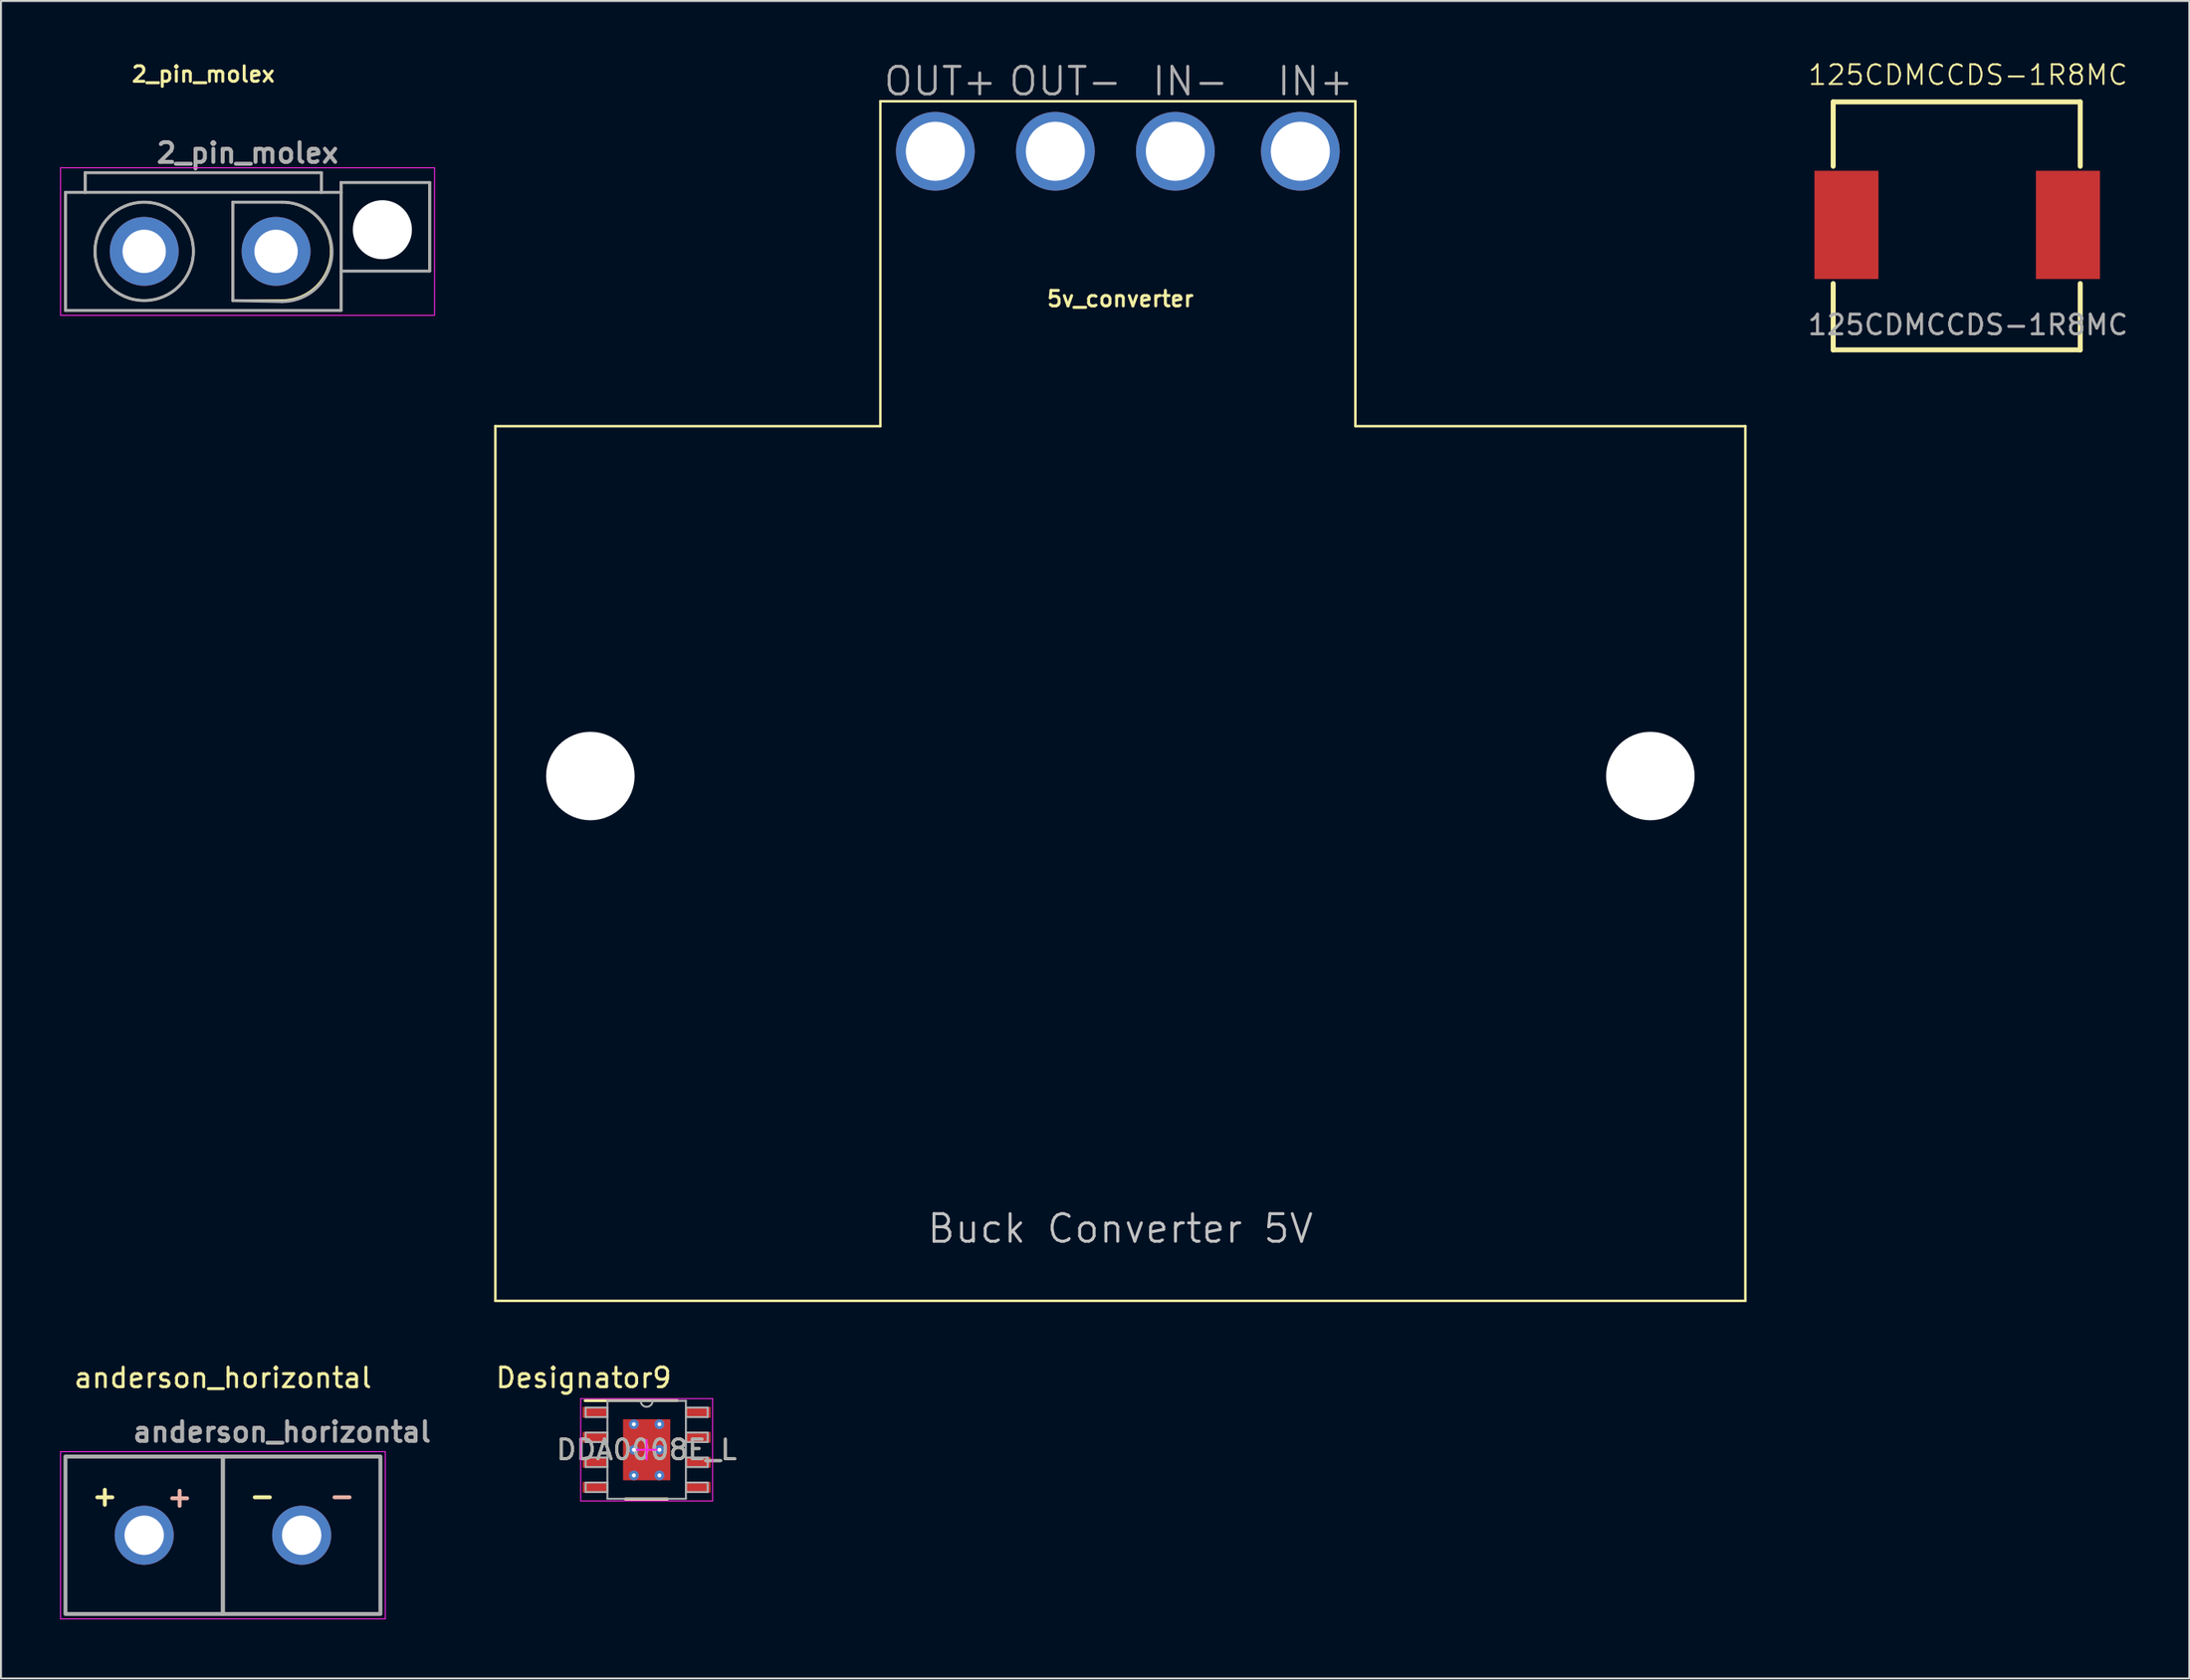
<source format=kicad_pcb>
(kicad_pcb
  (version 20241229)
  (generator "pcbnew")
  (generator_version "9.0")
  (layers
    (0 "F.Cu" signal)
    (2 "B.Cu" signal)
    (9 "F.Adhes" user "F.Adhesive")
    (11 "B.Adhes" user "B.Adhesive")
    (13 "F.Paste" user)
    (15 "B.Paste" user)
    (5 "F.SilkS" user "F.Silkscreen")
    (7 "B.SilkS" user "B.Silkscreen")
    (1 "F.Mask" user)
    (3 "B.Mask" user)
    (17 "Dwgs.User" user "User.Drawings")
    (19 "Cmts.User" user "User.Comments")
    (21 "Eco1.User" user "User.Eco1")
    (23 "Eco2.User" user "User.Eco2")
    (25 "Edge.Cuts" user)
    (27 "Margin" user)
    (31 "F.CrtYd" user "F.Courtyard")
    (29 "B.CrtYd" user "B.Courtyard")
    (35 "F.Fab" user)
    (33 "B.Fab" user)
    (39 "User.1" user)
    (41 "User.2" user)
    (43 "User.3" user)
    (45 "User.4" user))
  (footprint "DDA0008E_L"
    (layer "F.Cu")
    (at 29.8 70.628)
    (property "Reference" "DDA0008E_L" (at 0 0 0) (unlocked yes) (layer "F.SilkS") (effects (font (size 1 1) (thickness 0.15))))
    (attr smd)
    (fp_line (start -3.125 -2.5) (end 1.55 -2.5) (stroke (width 0.152) (type solid)) (layer "F.SilkS"))
    (fp_line (start -1.075 2.5) (end 1.05 2.5) (stroke (width 0.152) (type solid)) (layer "F.SilkS"))
    (fp_line (start -3.35 -2.6) (end 3.35 -2.6) (stroke (width 0.05) (type solid)) (layer "F.CrtYd"))
    (fp_line (start -3.35 2.6) (end -3.35 -2.6) (stroke (width 0.05) (type solid)) (layer "F.CrtYd"))
    (fp_line (start -3.35 2.6) (end 3.35 2.6) (stroke (width 0.05) (type solid)) (layer "F.CrtYd"))
    (fp_line (start -0.5 0) (end 0.5 0) (stroke (width 0.1) (type solid)) (layer "F.CrtYd"))
    (fp_line (start 0 0.5) (end 0 -0.5) (stroke (width 0.1) (type solid)) (layer "F.CrtYd"))
    (fp_line (start 3.35 2.6) (end 3.35 -2.6) (stroke (width 0.05) (type solid)) (layer "F.CrtYd"))
    (fp_line (start -3.099 -2.146) (end -1.994 -2.146) (stroke (width 0.1) (type solid)) (layer "F.Fab"))
    (fp_line (start -3.099 -1.664) (end -3.099 -2.146) (stroke (width 0.1) (type solid)) (layer "F.Fab"))
    (fp_line (start -3.099 -1.664) (end -1.994 -1.664) (stroke (width 0.1) (type solid)) (layer "F.Fab"))
    (fp_line (start -3.099 -0.876) (end -1.994 -0.876) (stroke (width 0.1) (type solid)) (layer "F.Fab"))
    (fp_line (start -3.099 -0.394) (end -3.099 -0.876) (stroke (width 0.1) (type solid)) (layer "F.Fab"))
    (fp_line (start -3.099 -0.394) (end -1.994 -0.394) (stroke (width 0.1) (type solid)) (layer "F.Fab"))
    (fp_line (start -3.099 0.394) (end -1.994 0.394) (stroke (width 0.1) (type solid)) (layer "F.Fab"))
    (fp_line (start -3.099 0.876) (end -3.099 0.394) (stroke (width 0.1) (type solid)) (layer "F.Fab"))
    (fp_line (start -3.099 0.876) (end -1.994 0.876) (stroke (width 0.1) (type solid)) (layer "F.Fab"))
    (fp_line (start -3.099 1.664) (end -1.994 1.664) (stroke (width 0.1) (type solid)) (layer "F.Fab"))
    (fp_line (start -3.099 2.146) (end -3.099 1.664) (stroke (width 0.1) (type solid)) (layer "F.Fab"))
    (fp_line (start -3.099 2.146) (end -1.994 2.146) (stroke (width 0.1) (type solid)) (layer "F.Fab"))
    (fp_line (start -1.994 -2.489) (end 1.994 -2.489) (stroke (width 0.1) (type solid)) (layer "F.Fab"))
    (fp_line (start -1.994 -1.664) (end -1.994 -2.146) (stroke (width 0.1) (type solid)) (layer "F.Fab"))
    (fp_line (start -1.994 -0.394) (end -1.994 -0.876) (stroke (width 0.1) (type solid)) (layer "F.Fab"))
    (fp_line (start -1.994 0.876) (end -1.994 0.394) (stroke (width 0.1) (type solid)) (layer "F.Fab"))
    (fp_line (start -1.994 2.146) (end -1.994 1.664) (stroke (width 0.1) (type solid)) (layer "F.Fab"))
    (fp_line (start -1.994 2.489) (end -1.994 -2.489) (stroke (width 0.1) (type solid)) (layer "F.Fab"))
    (fp_line (start -1.994 2.489) (end 1.994 2.489) (stroke (width 0.1) (type solid)) (layer "F.Fab"))
    (fp_line (start 1.994 -2.146) (end 3.099 -2.146) (stroke (width 0.1) (type solid)) (layer "F.Fab"))
    (fp_line (start 1.994 -1.664) (end 1.994 -2.146) (stroke (width 0.1) (type solid)) (layer "F.Fab"))
    (fp_line (start 1.994 -1.664) (end 3.099 -1.664) (stroke (width 0.1) (type solid)) (layer "F.Fab"))
    (fp_line (start 1.994 -0.876) (end 3.099 -0.876) (stroke (width 0.1) (type solid)) (layer "F.Fab"))
    (fp_line (start 1.994 -0.394) (end 1.994 -0.876) (stroke (width 0.1) (type solid)) (layer "F.Fab"))
    (fp_line (start 1.994 -0.394) (end 3.099 -0.394) (stroke (width 0.1) (type solid)) (layer "F.Fab"))
    (fp_line (start 1.994 0.394) (end 3.099 0.394) (stroke (width 0.1) (type solid)) (layer "F.Fab"))
    (fp_line (start 1.994 0.876) (end 1.994 0.394) (stroke (width 0.1) (type solid)) (layer "F.Fab"))
    (fp_line (start 1.994 0.876) (end 3.099 0.876) (stroke (width 0.1) (type solid)) (layer "F.Fab"))
    (fp_line (start 1.994 1.664) (end 3.099 1.664) (stroke (width 0.1) (type solid)) (layer "F.Fab"))
    (fp_line (start 1.994 2.146) (end 1.994 1.664) (stroke (width 0.1) (type solid)) (layer "F.Fab"))
    (fp_line (start 1.994 2.146) (end 3.099 2.146) (stroke (width 0.1) (type solid)) (layer "F.Fab"))
    (fp_line (start 1.994 2.489) (end 1.994 -2.489) (stroke (width 0.1) (type solid)) (layer "F.Fab"))
    (fp_line (start 3.099 -1.664) (end 3.099 -2.146) (stroke (width 0.1) (type solid)) (layer "F.Fab"))
    (fp_line (start 3.099 -0.394) (end 3.099 -0.876) (stroke (width 0.1) (type solid)) (layer "F.Fab"))
    (fp_line (start 3.099 0.876) (end 3.099 0.394) (stroke (width 0.1) (type solid)) (layer "F.Fab"))
    (fp_line (start 3.099 2.146) (end 3.099 1.664) (stroke (width 0.1) (type solid)) (layer "F.Fab"))
    (fp_arc (start 0.3048 -2.4892) (mid 0 -2.1844) (end -0.3048 -2.4892) (stroke (width 0.1) (type solid)) (layer "F.Fab"))
    (fp_text user "Designator9" (at -3.2 -3.658 0) (unlocked yes) (layer "F.SilkS") (effects (font (size 1 1) (thickness 0.15))))
    (fp_text user "${REFERENCE}" (at 0 0 0) (unlocked yes) (layer "F.Fab") (effects (font (size 1 1) (thickness 0.15))))
    (pad "1" smd rect (at -2.625 -1.905 90) (size 0.55 1.25) (layers "F.Cu" "F.Mask" "F.Paste"))
    (pad "2" smd rect (at -2.625 -0.635 90) (size 0.55 1.25) (layers "F.Cu" "F.Mask" "F.Paste"))
    (pad "3" smd rect (at -2.625 0.635 90) (size 0.55 1.25) (layers "F.Cu" "F.Mask" "F.Paste"))
    (pad "4" smd rect (at -2.625 1.905 90) (size 0.55 1.25) (layers "F.Cu" "F.Mask" "F.Paste"))
    (pad "5" smd rect (at 2.625 1.905 90) (size 0.55 1.25) (layers "F.Cu" "F.Mask" "F.Paste"))
    (pad "6" smd rect (at 2.625 0.635 90) (size 0.55 1.25) (layers "F.Cu" "F.Mask" "F.Paste"))
    (pad "7" smd rect (at 2.625 -0.635 90) (size 0.55 1.25) (layers "F.Cu" "F.Mask" "F.Paste"))
    (pad "8" smd rect (at 2.625 -1.905 90) (size 0.55 1.25) (layers "F.Cu" "F.Mask" "F.Paste"))
    (pad "9" smd rect (at 0 0) (size 2.4 3.1) (layers "F.Cu" "F.Mask" "F.Paste"))
    (pad "V" thru_hole circle (at -0.65 -1.3) (size 0.5 0.5) (drill 0.203) (layers "*.Cu" "*.Mask"))
    (pad "V" thru_hole circle (at -0.65 0) (size 0.5 0.5) (drill 0.203) (layers "*.Cu" "*.Mask"))
    (pad "V" thru_hole circle (at -0.65 1.3) (size 0.5 0.5) (drill 0.203) (layers "*.Cu" "*.Mask"))
    (pad "V" thru_hole circle (at 0.65 -1.3) (size 0.5 0.5) (drill 0.203) (layers "*.Cu" "*.Mask"))
    (pad "V" thru_hole circle (at 0.65 0) (size 0.5 0.5) (drill 0.203) (layers "*.Cu" "*.Mask"))
    (pad "V" thru_hole circle (at 0.65 1.3) (size 0.5 0.5) (drill 0.203) (layers "*.Cu" "*.Mask")))
  (footprint "125CDMCCDS-1R8MC"
    (layer "F.Cu")
    (at 96.921 8.38)
    (property "Reference" "125CDMCCDS-1R8MC" (at 0 -7.62 0) (unlocked yes) (layer "F.SilkS") (effects (font (size 1 1) (thickness 0.1))))
    (attr smd)
    (fp_line (start -6.845 -6.25) (end 5.705 -6.25) (stroke (width 0.254) (type solid)) (layer "F.SilkS"))
    (fp_line (start -6.845 -2.981) (end -6.845 -6.25) (stroke (width 0.254) (type solid)) (layer "F.SilkS"))
    (fp_line (start -6.845 6.35) (end -6.845 2.981) (stroke (width 0.254) (type solid)) (layer "F.SilkS"))
    (fp_line (start 5.705 -6.25) (end 5.705 -2.981) (stroke (width 0.254) (type solid)) (layer "F.SilkS"))
    (fp_line (start 5.705 2.981) (end 5.705 6.35) (stroke (width 0.254) (type solid)) (layer "F.SilkS"))
    (fp_line (start 5.705 6.35) (end -6.845 6.35) (stroke (width 0.254) (type solid)) (layer "F.SilkS"))
    (fp_text user "${REFERENCE}" (at 0 5.08 0) (unlocked yes) (layer "F.Fab") (effects (font (size 1 1) (thickness 0.15))))
    (pad "1" smd rect (at -6.17 0) (size 3.25 5.5) (layers "F.Cu" "F.Mask" "F.Paste"))
    (pad "2" smd rect (at 5.08 0) (size 3.25 5.5) (layers "F.Cu" "F.Mask" "F.Paste")))
  (footprint "2_pin_molex"
    (layer "F.Cu")
    (at 7.275 9.724)
    (property "Reference" "2_pin_molex" (at 0 -9 0) (layer "F.SilkS") (effects (font (size 0.787 0.787) (thickness 0.15))))
    (attr through_hole)
    (fp_line (start -7 -3) (end -7 3) (stroke (width 0.127) (type solid)) (layer "F.SilkS"))
    (fp_line (start -7 -3) (end -6 -3) (stroke (width 0.127) (type solid)) (layer "F.SilkS"))
    (fp_line (start -7 3) (end 7 3) (stroke (width 0.127) (type solid)) (layer "F.SilkS"))
    (fp_line (start -6 -4) (end -6 -3) (stroke (width 0.127) (type solid)) (layer "F.SilkS"))
    (fp_line (start -6 -3) (end 6 -3) (stroke (width 0.127) (type solid)) (layer "F.SilkS"))
    (fp_line (start 1.5 -2.5) (end 1.5 2.5) (stroke (width 0.127) (type solid)) (layer "F.SilkS"))
    (fp_line (start 1.5 -2.5) (end 4 -2.5) (stroke (width 0.127) (type solid)) (layer "F.SilkS"))
    (fp_line (start 1.5 2.5) (end 4 2.5) (stroke (width 0.127) (type solid)) (layer "F.SilkS"))
    (fp_line (start 6 -4) (end -6 -4) (stroke (width 0.127) (type solid)) (layer "F.SilkS"))
    (fp_line (start 6 -3) (end 6 -4) (stroke (width 0.127) (type solid)) (layer "F.SilkS"))
    (fp_line (start 6 -3) (end 7 -3) (stroke (width 0.127) (type solid)) (layer "F.SilkS"))
    (fp_line (start 7 -3.5) (end 11.5 -3.5) (stroke (width 0.127) (type solid)) (layer "F.SilkS"))
    (fp_line (start 7 -3) (end 7 -3.5) (stroke (width 0.127) (type solid)) (layer "F.SilkS"))
    (fp_line (start 7 -3) (end 7 1) (stroke (width 0.127) (type solid)) (layer "F.SilkS"))
    (fp_line (start 7 1) (end 7 3) (stroke (width 0.127) (type solid)) (layer "F.SilkS"))
    (fp_line (start 11.5 -3.5) (end 11.5 1) (stroke (width 0.127) (type solid)) (layer "F.SilkS"))
    (fp_line (start 11.5 1) (end 7 1) (stroke (width 0.127) (type solid)) (layer "F.SilkS"))
    (fp_arc (start 4 -2.5) (mid 5.767767 -1.767767) (end 6.5 0) (stroke (width 0.127) (type solid)) (layer "F.SilkS"))
    (fp_arc (start 6.5 0) (mid 5.767767 1.767767) (end 4 2.5) (stroke (width 0.127) (type solid)) (layer "F.SilkS"))
    (fp_circle (center -3 0) (end -0.5 0) (stroke (width 0.127) (type solid)) (fill no) (layer "F.SilkS"))
    (fp_rect (start -7.25 -4.25) (end 11.75 3.25) (stroke (width 0.05) (type solid)) (fill no) (layer "F.CrtYd"))
    (fp_line (start -7 -3) (end -7 3) (stroke (width 0.15) (type solid)) (layer "F.Fab"))
    (fp_line (start -7 3) (end 7 3) (stroke (width 0.15) (type solid)) (layer "F.Fab"))
    (fp_line (start -6 -4) (end -6 -3) (stroke (width 0.15) (type solid)) (layer "F.Fab"))
    (fp_line (start -6 -4) (end 6 -4) (stroke (width 0.15) (type solid)) (layer "F.Fab"))
    (fp_line (start -6 -3) (end -7 -3) (stroke (width 0.15) (type solid)) (layer "F.Fab"))
    (fp_line (start 1.5 -2.5) (end 1.5 2.5) (stroke (width 0.15) (type solid)) (layer "F.Fab"))
    (fp_line (start 1.5 -2.5) (end 4 -2.5) (stroke (width 0.15) (type solid)) (layer "F.Fab"))
    (fp_line (start 1.5 2.5) (end 4 2.55) (stroke (width 0.15) (type solid)) (layer "F.Fab"))
    (fp_line (start 6 -4) (end 6 -3) (stroke (width 0.15) (type solid)) (layer "F.Fab"))
    (fp_line (start 6 -3) (end -6 -3) (stroke (width 0.15) (type solid)) (layer "F.Fab"))
    (fp_line (start 7 -3.5) (end 11.5 -3.5) (stroke (width 0.15) (type solid)) (layer "F.Fab"))
    (fp_line (start 7 -3) (end 6 -3) (stroke (width 0.15) (type solid)) (layer "F.Fab"))
    (fp_line (start 7 -3) (end 7 -3.5) (stroke (width 0.15) (type solid)) (layer "F.Fab"))
    (fp_line (start 7 3) (end 7 -3) (stroke (width 0.15) (type solid)) (layer "F.Fab"))
    (fp_line (start 11.5 -3.5) (end 11.5 1) (stroke (width 0.15) (type solid)) (layer "F.Fab"))
    (fp_line (start 11.5 1) (end 7 1) (stroke (width 0.15) (type solid)) (layer "F.Fab"))
    (fp_arc (start 4 -2.5) (mid 6.524755 0.024755) (end 4 2.549509) (stroke (width 0.15) (type solid)) (layer "F.Fab"))
    (fp_circle (center -3 0) (end -0.5 0) (stroke (width 0.15) (type solid)) (fill no) (layer "F.Fab"))
    (fp_text user "${REFERENCE}" (at 2.25 -5 0) (unlocked yes) (layer "F.Fab") (effects (font (size 1 1) (thickness 0.2))))
    (pad "" np_thru_hole circle (at 9.1 -1.1) (size 3 3) (drill 3) (layers "*.Cu" "*.Mask"))
    (pad "1" thru_hole circle (at -3 0) (size 3.5 3.5) (drill 2.2) (layers "*.Cu" "*.Mask"))
    (pad "2" thru_hole circle (at 3.7 0) (size 3.5 3.5) (drill 2.2) (layers "*.Cu" "*.Mask")))
  (footprint "anderson_horizontal"
    (layer "F.Cu")
    (at 8.275 70.97)
    (property "Reference" "anderson_horizontal" (at 0 -4 0) (unlocked yes) (layer "F.SilkS") (effects (font (size 1 1) (thickness 0.15))))
    (attr through_hole)
    (fp_rect (start 0 0) (end -8 8) (stroke (width 0.12) (type solid)) (fill no) (layer "F.SilkS"))
    (fp_rect (start 0 0) (end 8 8) (stroke (width 0.12) (type solid)) (fill no) (layer "F.SilkS"))
    (fp_rect (start 8.25 -0.25) (end -8.25 8.25) (stroke (width 0.05) (type solid)) (fill no) (layer "F.CrtYd"))
    (fp_rect (start -8 0) (end 0 8) (stroke (width 0.2) (type solid)) (fill no) (layer "F.Fab"))
    (fp_rect (start 8 0) (end 0 8) (stroke (width 0.2) (type solid)) (fill no) (layer "F.Fab"))
    (fp_text user "+" (at -6 2 0) (unlocked yes) (layer "F.SilkS") (effects (font (size 1 1) (thickness 0.2))))
    (fp_text user "-" (at 2 2 0) (unlocked yes) (layer "F.SilkS") (effects (font (size 1 1) (thickness 0.2))))
    (fp_text user "-" (at 6.05 2 0) (unlocked yes) (layer "B.SilkS") (effects (font (size 1 1) (thickness 0.2)) (justify mirror)))
    (fp_text user "+" (at -2.2 2.05 0) (unlocked yes) (layer "B.SilkS") (effects (font (size 1 1) (thickness 0.2)) (justify mirror)))
    (fp_text user "${REFERENCE}" (at 3 -1.25 0) (unlocked yes) (layer "F.Fab") (effects (font (size 1 1) (thickness 0.2))))
    (pad "1" thru_hole circle (at 4 4) (size 3 3) (drill 2) (layers "*.Cu" "*.Mask"))
    (pad "2" thru_hole circle (at -4 4) (size 3 3) (drill 2) (layers "*.Cu" "*.Mask")))
  (footprint "5v_converter"
    (layer "F.Cu")
    (at 53.864 36.388)
    (property "Reference" "5v_converter" (at 0 -24.25 0) (layer "F.SilkS") (effects (font (size 0.787 0.787) (thickness 0.15))))
    (attr through_hole)
    (fp_line (start -31.75 -17.78) (end -31.75 26.67) (stroke (width 0.127) (type solid)) (layer "F.SilkS"))
    (fp_line (start -31.75 26.67) (end 31.75 26.67) (stroke (width 0.127) (type solid)) (layer "F.SilkS"))
    (fp_line (start -12.192 -34.29) (end -12.192 -17.78) (stroke (width 0.127) (type solid)) (layer "F.SilkS"))
    (fp_line (start -12.192 -34.29) (end 11.938 -34.29) (stroke (width 0.127) (type solid)) (layer "F.SilkS"))
    (fp_line (start -12.192 -17.78) (end -31.75 -17.78) (stroke (width 0.127) (type solid)) (layer "F.SilkS"))
    (fp_line (start 11.938 -34.29) (end 11.938 -17.78) (stroke (width 0.127) (type solid)) (layer "F.SilkS"))
    (fp_line (start 11.938 -17.78) (end 31.75 -17.78) (stroke (width 0.127) (type solid)) (layer "F.SilkS"))
    (fp_line (start 31.75 -17.78) (end 31.75 26.67) (stroke (width 0.127) (type solid)) (layer "F.SilkS"))
    (fp_text user "Buck Converter 5V" (at 0 23 0) (layer "Dwgs.User") (effects (font (size 1.4 1.4) (thickness 0.15))))
    (fp_text user "IN-" (at 3.556 -35.306 0) (layer "F.Fab") (effects (font (size 1.4 1.4) (thickness 0.15))))
    (fp_text user "OUT+" (at -9.144 -35.306 0) (layer "F.Fab") (effects (font (size 1.4 1.4) (thickness 0.15))))
    (fp_text user "IN+" (at 9.906 -35.306 0) (layer "F.Fab") (effects (font (size 1.4 1.4) (thickness 0.15))))
    (fp_text user "OUT-" (at -2.794 -35.306 0) (layer "F.Fab") (effects (font (size 1.4 1.4) (thickness 0.15))))
    (pad "" np_thru_hole circle (at -26.924 0) (size 4.496 4.496) (drill 4.496) (layers "*.Cu" "*.Mask"))
    (pad "" np_thru_hole circle (at 26.924 0) (size 4.496 4.496) (drill 4.496) (layers "*.Cu" "*.Mask"))
    (pad "1" thru_hole circle (at -9.398 -31.75) (size 4 4) (drill 3) (layers "*.Cu" "*.Mask"))
    (pad "2" thru_hole circle (at -3.302 -31.75) (size 4 4) (drill 3) (layers "*.Cu" "*.Mask"))
    (pad "3" thru_hole circle (at 2.794 -31.75) (size 4 4) (drill 3) (layers "*.Cu" "*.Mask"))
    (pad "4" thru_hole circle (at 9.144 -31.75) (size 4 4) (drill 3) (layers "*.Cu" "*.Mask")))
  (gr_rect
    (start -3 -3)
    (end 108.165 82.245)
    (stroke (width 0.1) (type default))
    (fill no)
    (layer "Edge.Cuts")))
</source>
